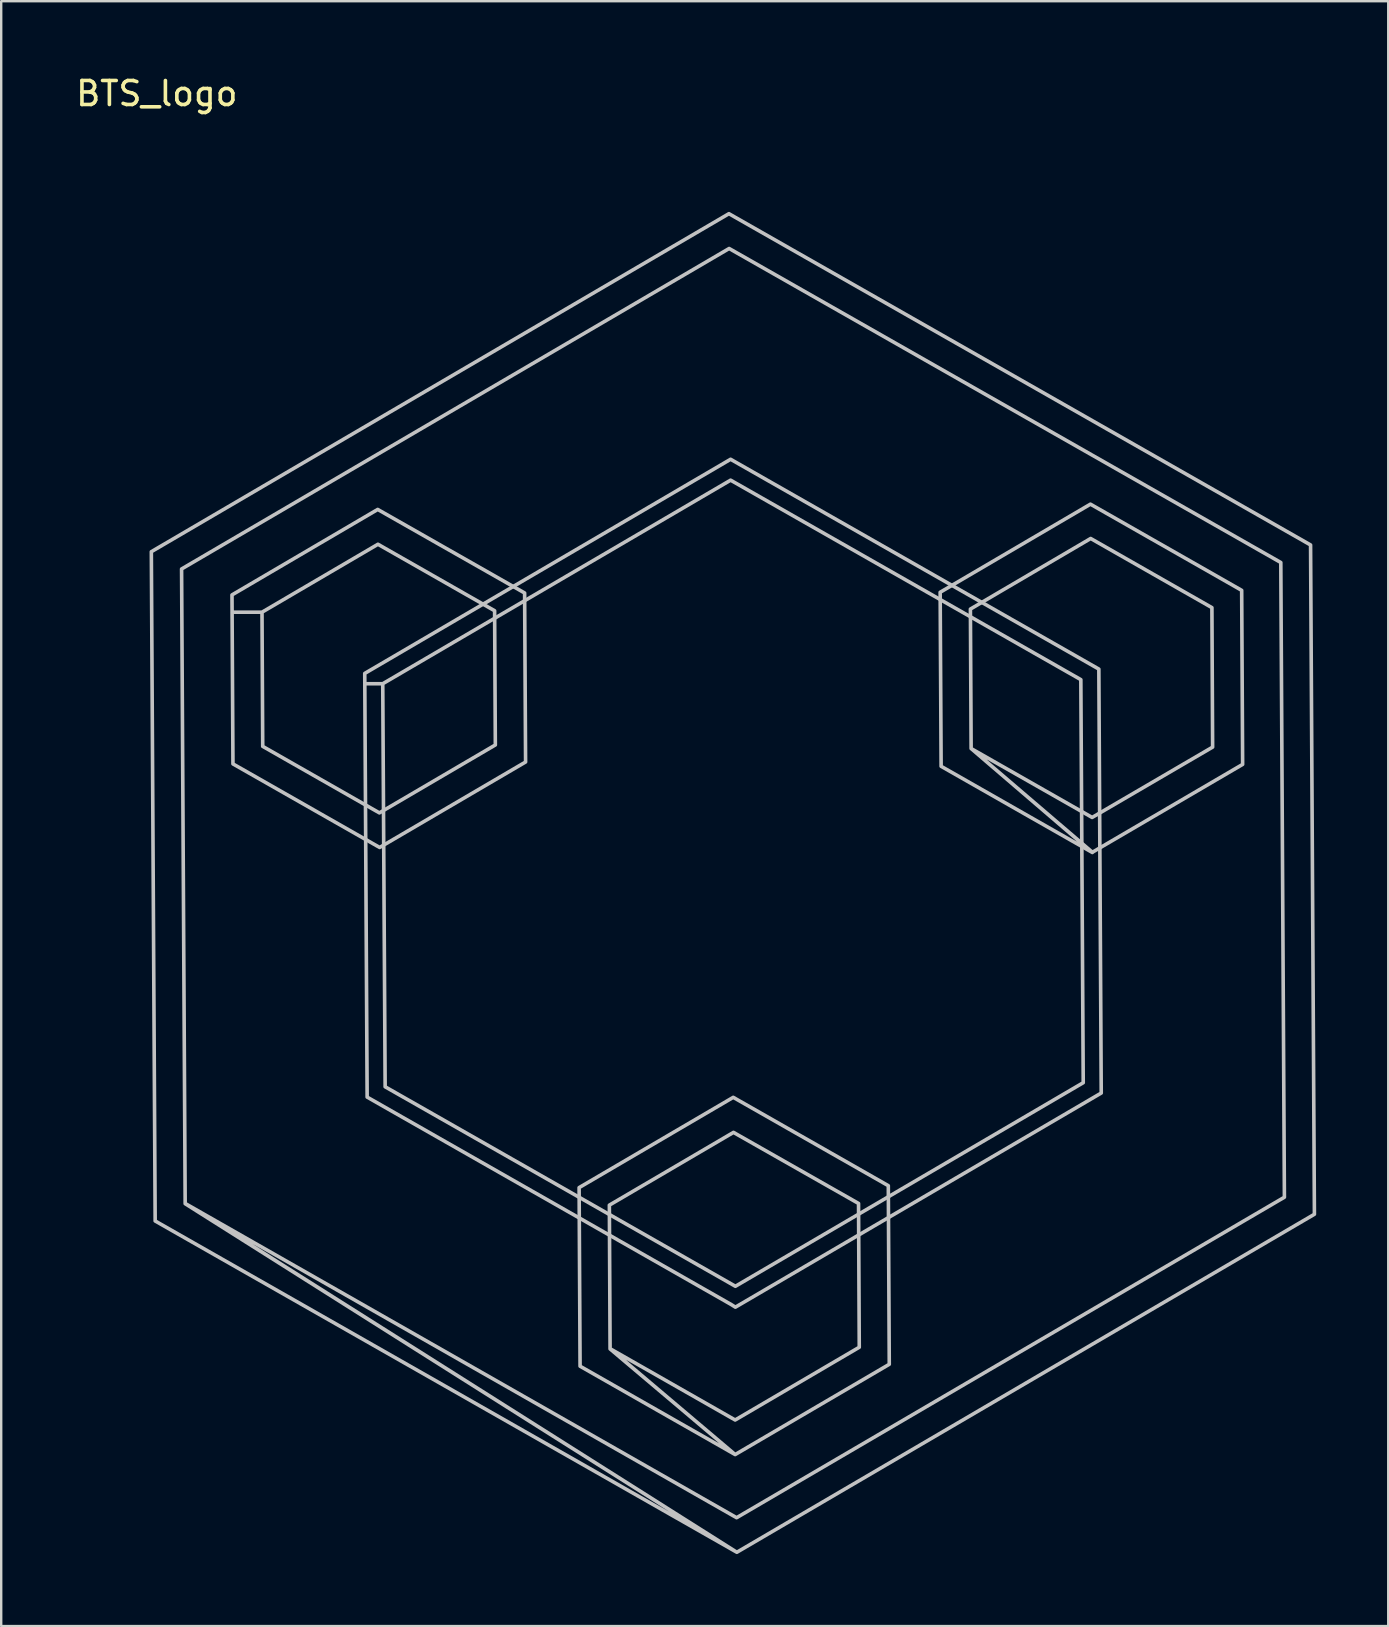
<source format=kicad_pcb>
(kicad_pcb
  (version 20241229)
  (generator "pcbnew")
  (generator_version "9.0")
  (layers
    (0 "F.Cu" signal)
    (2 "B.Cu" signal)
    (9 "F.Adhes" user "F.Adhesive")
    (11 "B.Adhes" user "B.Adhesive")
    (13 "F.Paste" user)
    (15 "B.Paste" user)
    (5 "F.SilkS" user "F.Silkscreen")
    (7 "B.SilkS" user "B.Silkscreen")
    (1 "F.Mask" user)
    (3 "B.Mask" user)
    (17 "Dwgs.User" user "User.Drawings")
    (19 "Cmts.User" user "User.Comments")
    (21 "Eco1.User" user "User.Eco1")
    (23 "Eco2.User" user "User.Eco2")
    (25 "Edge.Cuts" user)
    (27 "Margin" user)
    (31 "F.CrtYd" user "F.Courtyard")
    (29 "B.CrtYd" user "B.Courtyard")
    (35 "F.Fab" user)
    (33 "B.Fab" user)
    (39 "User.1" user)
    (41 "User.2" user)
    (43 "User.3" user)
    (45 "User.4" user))
  (footprint "BTS_logo"
    (layer "F.Cu")
    (at 3.254 5.852)
    (property "Reference" "BTS_logo" (at 0.229 -5.004 180) (layer "F.SilkS") (effects (font (size 1 1) (thickness 0.15))))
    (attr through_hole)
    (fp_poly (pts (xy 9.51 26.4) (xy 3.4 22.92) (xy 3.36 15.88) (xy 9.43 12.32) (xy 15.55 15.8) (xy 15.59 22.84) (xy 9.51 26.4) (xy 4.64 22.19) (xy 9.5 24.96) (xy 14.33 22.13) (xy 14.3 16.54) (xy 9.44 13.77) (xy 4.61 16.6) (xy 4.64 22.19)) (stroke (width 0.15) (type solid)) (fill no) (layer "Dwgs.User"))
    (fp_poly (pts (xy 24.32 51.69) (xy 17.86 48.01) (xy 17.82 40.57) (xy 24.24 36.81) (xy 30.7 40.49) (xy 30.74 47.93) (xy 24.32 51.69) (xy 19.11 47.28) (xy 24.32 50.25) (xy 29.49 47.22) (xy 29.46 41.23) (xy 24.25 38.27) (xy 19.08 41.3) (xy 19.11 47.29)) (stroke (width 0.15) (type solid)) (fill no) (layer "Dwgs.User"))
    (fp_poly (pts (xy 24.33 45.54) (xy 8.99 36.8) (xy 8.89 19.15) (xy 24.13 10.23) (xy 39.47 18.97) (xy 39.57 36.63) (xy 24.33 45.55) (xy 9.74 36.37) (xy 24.33 44.68) (xy 38.82 36.2) (xy 38.72 19.41) (xy 24.13 11.1) (xy 9.64 19.58) (xy 9.74 36.37)) (stroke (width 0.15) (type solid)) (fill no) (layer "Dwgs.User"))
    (fp_poly (pts (xy 24.39 55.76) (xy 0.16 41.96) (xy 0 14.08) (xy 24.06 0) (xy 48.29 13.8) (xy 48.45 41.68) (xy 24.39 55.76) (xy 1.41 41.23) (xy 24.38 54.32) (xy 47.2 40.97) (xy 47.05 14.53) (xy 24.07 1.45) (xy 1.26 14.8) (xy 1.41 41.24)) (stroke (width 0.15) (type solid)) (fill no) (layer "Dwgs.User"))
    (fp_poly (pts (xy 39.2 26.61) (xy 32.9 23.02) (xy 32.86 15.77) (xy 39.12 12.1) (xy 45.42 15.69) (xy 45.46 22.94) (xy 39.2 26.6) (xy 34.15 22.28) (xy 39.19 25.15) (xy 44.21 22.22) (xy 44.18 16.41) (xy 39.13 13.53) (xy 34.12 16.47) (xy 34.15 22.28)) (stroke (width 0.15) (type solid)) (fill no) (layer "Dwgs.User")))
  (gr_rect
    (start -3 -3)
    (end 54.779 64.687)
    (stroke (width 0.1) (type default))
    (fill no)
    (layer "Edge.Cuts")))
</source>
